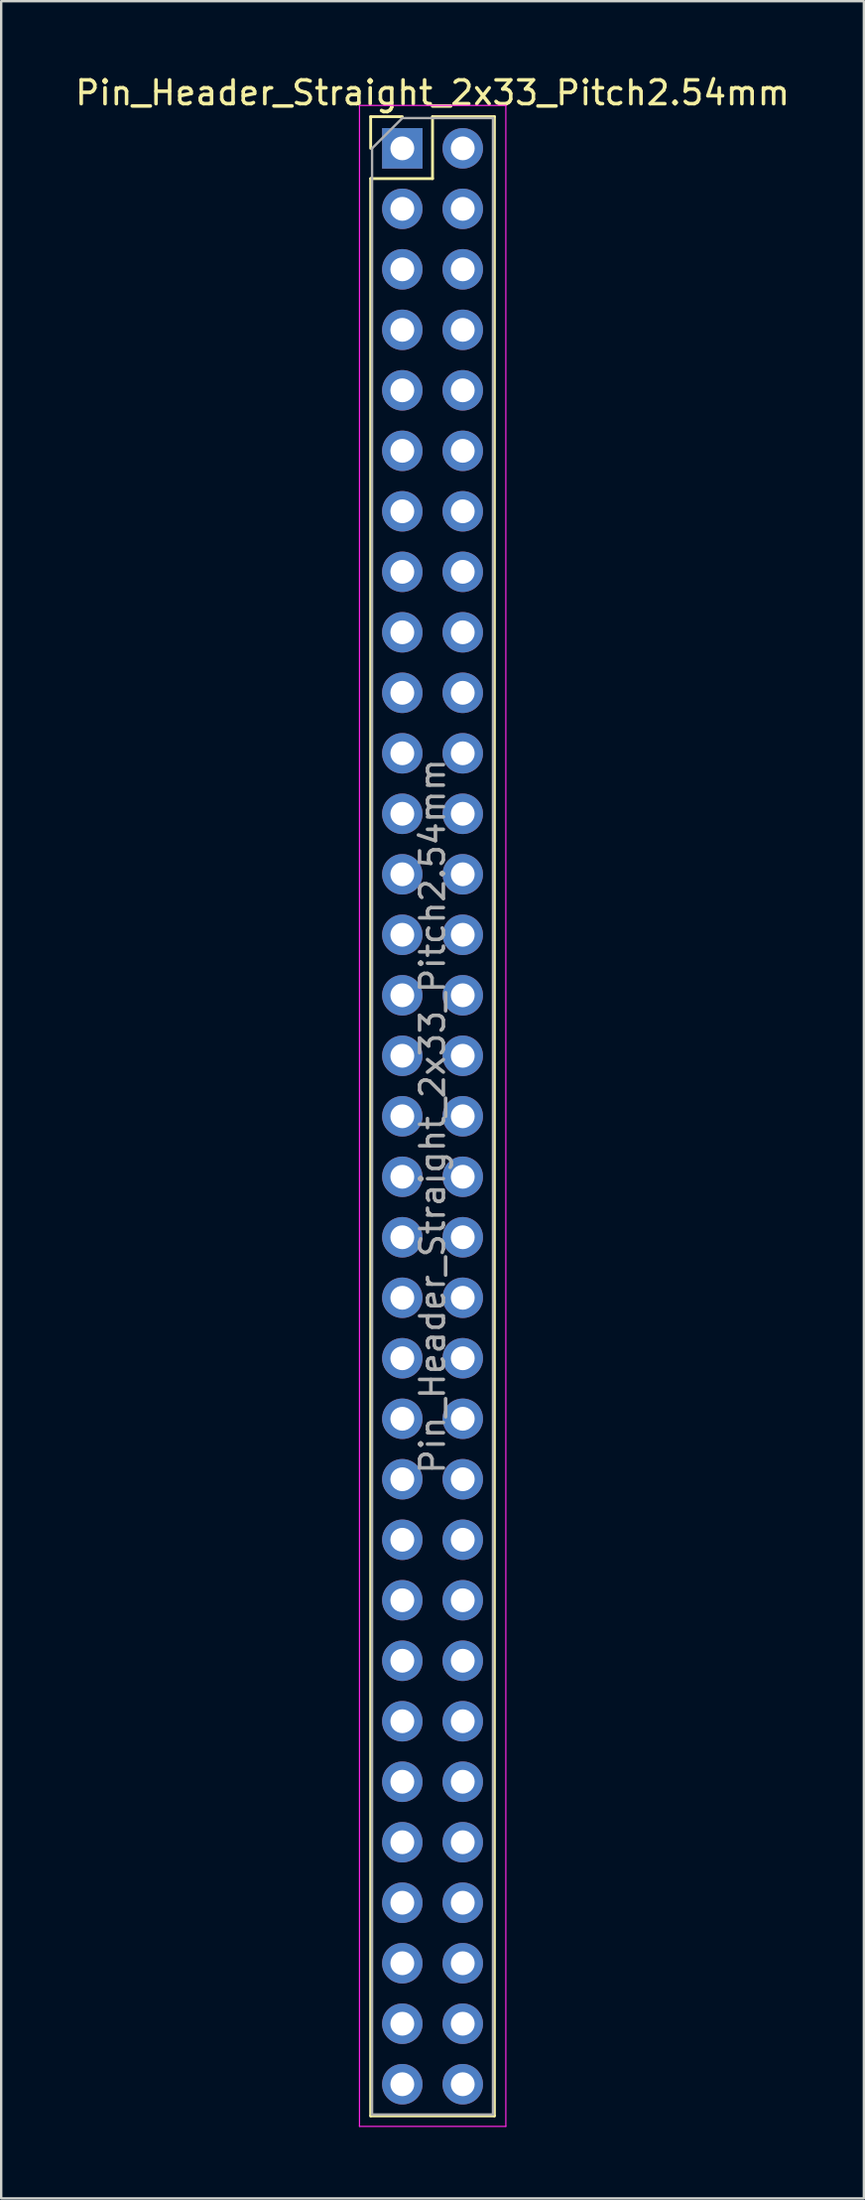
<source format=kicad_pcb>
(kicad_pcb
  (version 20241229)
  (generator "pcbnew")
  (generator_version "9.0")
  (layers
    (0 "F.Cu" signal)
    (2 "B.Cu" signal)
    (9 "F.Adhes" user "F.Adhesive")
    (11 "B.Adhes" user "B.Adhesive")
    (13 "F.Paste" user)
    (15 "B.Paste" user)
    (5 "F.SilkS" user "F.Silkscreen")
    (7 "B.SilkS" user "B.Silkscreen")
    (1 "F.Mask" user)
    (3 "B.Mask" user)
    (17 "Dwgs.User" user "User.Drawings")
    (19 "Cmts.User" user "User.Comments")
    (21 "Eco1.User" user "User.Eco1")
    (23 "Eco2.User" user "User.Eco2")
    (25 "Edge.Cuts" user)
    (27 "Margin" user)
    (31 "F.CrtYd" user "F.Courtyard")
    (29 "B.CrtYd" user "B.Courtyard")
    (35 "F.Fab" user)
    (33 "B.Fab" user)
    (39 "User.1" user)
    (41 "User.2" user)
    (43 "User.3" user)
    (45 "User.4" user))
  (footprint "Pin_Header_Straight_2x33_Pitch2.54mm"
    (layer "F.Cu")
    (at 13.855 3.178)
    (property "Reference" "Pin_Header_Straight_2x33_Pitch2.54mm" (at 1.27 -2.33 0) (layer "F.SilkS") (effects (font (size 1 1) (thickness 0.15))))
    (attr through_hole)
    (fp_line (start -1.33 -1.33) (end 0 -1.33) (stroke (width 0.12) (type solid)) (layer "F.SilkS"))
    (fp_line (start -1.33 0) (end -1.33 -1.33) (stroke (width 0.12) (type solid)) (layer "F.SilkS"))
    (fp_line (start -1.33 1.27) (end -1.33 82.61) (stroke (width 0.12) (type solid)) (layer "F.SilkS"))
    (fp_line (start -1.33 1.27) (end 1.27 1.27) (stroke (width 0.12) (type solid)) (layer "F.SilkS"))
    (fp_line (start -1.33 82.61) (end 3.87 82.61) (stroke (width 0.12) (type solid)) (layer "F.SilkS"))
    (fp_line (start 1.27 -1.33) (end 3.87 -1.33) (stroke (width 0.12) (type solid)) (layer "F.SilkS"))
    (fp_line (start 1.27 1.27) (end 1.27 -1.33) (stroke (width 0.12) (type solid)) (layer "F.SilkS"))
    (fp_line (start 3.87 -1.33) (end 3.87 82.61) (stroke (width 0.12) (type solid)) (layer "F.SilkS"))
    (fp_line (start -1.8 -1.8) (end -1.8 83.05) (stroke (width 0.05) (type solid)) (layer "F.CrtYd"))
    (fp_line (start -1.8 83.05) (end 4.35 83.05) (stroke (width 0.05) (type solid)) (layer "F.CrtYd"))
    (fp_line (start 4.35 -1.8) (end -1.8 -1.8) (stroke (width 0.05) (type solid)) (layer "F.CrtYd"))
    (fp_line (start 4.35 83.05) (end 4.35 -1.8) (stroke (width 0.05) (type solid)) (layer "F.CrtYd"))
    (fp_line (start -1.27 0) (end 0 -1.27) (stroke (width 0.1) (type solid)) (layer "F.Fab"))
    (fp_line (start -1.27 82.55) (end -1.27 0) (stroke (width 0.1) (type solid)) (layer "F.Fab"))
    (fp_line (start 0 -1.27) (end 3.81 -1.27) (stroke (width 0.1) (type solid)) (layer "F.Fab"))
    (fp_line (start 3.81 -1.27) (end 3.81 82.55) (stroke (width 0.1) (type solid)) (layer "F.Fab"))
    (fp_line (start 3.81 82.55) (end -1.27 82.55) (stroke (width 0.1) (type solid)) (layer "F.Fab"))
    (fp_text user "${REFERENCE}" (at 1.27 40.64 90) (layer "F.Fab") (effects (font (size 1 1) (thickness 0.15))))
    (pad "1" thru_hole rect (at 0 0) (size 1.7 1.7) (drill 1) (layers "*.Cu" "*.Mask"))
    (pad "2" thru_hole oval (at 2.54 0) (size 1.7 1.7) (drill 1) (layers "*.Cu" "*.Mask"))
    (pad "3" thru_hole oval (at 0 2.54) (size 1.7 1.7) (drill 1) (layers "*.Cu" "*.Mask"))
    (pad "4" thru_hole oval (at 2.54 2.54) (size 1.7 1.7) (drill 1) (layers "*.Cu" "*.Mask"))
    (pad "5" thru_hole oval (at 0 5.08) (size 1.7 1.7) (drill 1) (layers "*.Cu" "*.Mask"))
    (pad "6" thru_hole oval (at 2.54 5.08) (size 1.7 1.7) (drill 1) (layers "*.Cu" "*.Mask"))
    (pad "7" thru_hole oval (at 0 7.62) (size 1.7 1.7) (drill 1) (layers "*.Cu" "*.Mask"))
    (pad "8" thru_hole oval (at 2.54 7.62) (size 1.7 1.7) (drill 1) (layers "*.Cu" "*.Mask"))
    (pad "9" thru_hole oval (at 0 10.16) (size 1.7 1.7) (drill 1) (layers "*.Cu" "*.Mask"))
    (pad "10" thru_hole oval (at 2.54 10.16) (size 1.7 1.7) (drill 1) (layers "*.Cu" "*.Mask"))
    (pad "11" thru_hole oval (at 0 12.7) (size 1.7 1.7) (drill 1) (layers "*.Cu" "*.Mask"))
    (pad "12" thru_hole oval (at 2.54 12.7) (size 1.7 1.7) (drill 1) (layers "*.Cu" "*.Mask"))
    (pad "13" thru_hole oval (at 0 15.24) (size 1.7 1.7) (drill 1) (layers "*.Cu" "*.Mask"))
    (pad "14" thru_hole oval (at 2.54 15.24) (size 1.7 1.7) (drill 1) (layers "*.Cu" "*.Mask"))
    (pad "15" thru_hole oval (at 0 17.78) (size 1.7 1.7) (drill 1) (layers "*.Cu" "*.Mask"))
    (pad "16" thru_hole oval (at 2.54 17.78) (size 1.7 1.7) (drill 1) (layers "*.Cu" "*.Mask"))
    (pad "17" thru_hole oval (at 0 20.32) (size 1.7 1.7) (drill 1) (layers "*.Cu" "*.Mask"))
    (pad "18" thru_hole oval (at 2.54 20.32) (size 1.7 1.7) (drill 1) (layers "*.Cu" "*.Mask"))
    (pad "19" thru_hole oval (at 0 22.86) (size 1.7 1.7) (drill 1) (layers "*.Cu" "*.Mask"))
    (pad "20" thru_hole oval (at 2.54 22.86) (size 1.7 1.7) (drill 1) (layers "*.Cu" "*.Mask"))
    (pad "21" thru_hole oval (at 0 25.4) (size 1.7 1.7) (drill 1) (layers "*.Cu" "*.Mask"))
    (pad "22" thru_hole oval (at 2.54 25.4) (size 1.7 1.7) (drill 1) (layers "*.Cu" "*.Mask"))
    (pad "23" thru_hole oval (at 0 27.94) (size 1.7 1.7) (drill 1) (layers "*.Cu" "*.Mask"))
    (pad "24" thru_hole oval (at 2.54 27.94) (size 1.7 1.7) (drill 1) (layers "*.Cu" "*.Mask"))
    (pad "25" thru_hole oval (at 0 30.48) (size 1.7 1.7) (drill 1) (layers "*.Cu" "*.Mask"))
    (pad "26" thru_hole oval (at 2.54 30.48) (size 1.7 1.7) (drill 1) (layers "*.Cu" "*.Mask"))
    (pad "27" thru_hole oval (at 0 33.02) (size 1.7 1.7) (drill 1) (layers "*.Cu" "*.Mask"))
    (pad "28" thru_hole oval (at 2.54 33.02) (size 1.7 1.7) (drill 1) (layers "*.Cu" "*.Mask"))
    (pad "29" thru_hole oval (at 0 35.56) (size 1.7 1.7) (drill 1) (layers "*.Cu" "*.Mask"))
    (pad "30" thru_hole oval (at 2.54 35.56) (size 1.7 1.7) (drill 1) (layers "*.Cu" "*.Mask"))
    (pad "31" thru_hole oval (at 0 38.1) (size 1.7 1.7) (drill 1) (layers "*.Cu" "*.Mask"))
    (pad "32" thru_hole oval (at 2.54 38.1) (size 1.7 1.7) (drill 1) (layers "*.Cu" "*.Mask"))
    (pad "33" thru_hole oval (at 0 40.64) (size 1.7 1.7) (drill 1) (layers "*.Cu" "*.Mask"))
    (pad "34" thru_hole oval (at 2.54 40.64) (size 1.7 1.7) (drill 1) (layers "*.Cu" "*.Mask"))
    (pad "35" thru_hole oval (at 0 43.18) (size 1.7 1.7) (drill 1) (layers "*.Cu" "*.Mask"))
    (pad "36" thru_hole oval (at 2.54 43.18) (size 1.7 1.7) (drill 1) (layers "*.Cu" "*.Mask"))
    (pad "37" thru_hole oval (at 0 45.72) (size 1.7 1.7) (drill 1) (layers "*.Cu" "*.Mask"))
    (pad "38" thru_hole oval (at 2.54 45.72) (size 1.7 1.7) (drill 1) (layers "*.Cu" "*.Mask"))
    (pad "39" thru_hole oval (at 0 48.26) (size 1.7 1.7) (drill 1) (layers "*.Cu" "*.Mask"))
    (pad "40" thru_hole oval (at 2.54 48.26) (size 1.7 1.7) (drill 1) (layers "*.Cu" "*.Mask"))
    (pad "41" thru_hole oval (at 0 50.8) (size 1.7 1.7) (drill 1) (layers "*.Cu" "*.Mask"))
    (pad "42" thru_hole oval (at 2.54 50.8) (size 1.7 1.7) (drill 1) (layers "*.Cu" "*.Mask"))
    (pad "43" thru_hole oval (at 0 53.34) (size 1.7 1.7) (drill 1) (layers "*.Cu" "*.Mask"))
    (pad "44" thru_hole oval (at 2.54 53.34) (size 1.7 1.7) (drill 1) (layers "*.Cu" "*.Mask"))
    (pad "45" thru_hole oval (at 0 55.88) (size 1.7 1.7) (drill 1) (layers "*.Cu" "*.Mask"))
    (pad "46" thru_hole oval (at 2.54 55.88) (size 1.7 1.7) (drill 1) (layers "*.Cu" "*.Mask"))
    (pad "47" thru_hole oval (at 0 58.42) (size 1.7 1.7) (drill 1) (layers "*.Cu" "*.Mask"))
    (pad "48" thru_hole oval (at 2.54 58.42) (size 1.7 1.7) (drill 1) (layers "*.Cu" "*.Mask"))
    (pad "49" thru_hole oval (at 0 60.96) (size 1.7 1.7) (drill 1) (layers "*.Cu" "*.Mask"))
    (pad "50" thru_hole oval (at 2.54 60.96) (size 1.7 1.7) (drill 1) (layers "*.Cu" "*.Mask"))
    (pad "51" thru_hole oval (at 0 63.5) (size 1.7 1.7) (drill 1) (layers "*.Cu" "*.Mask"))
    (pad "52" thru_hole oval (at 2.54 63.5) (size 1.7 1.7) (drill 1) (layers "*.Cu" "*.Mask"))
    (pad "53" thru_hole oval (at 0 66.04) (size 1.7 1.7) (drill 1) (layers "*.Cu" "*.Mask"))
    (pad "54" thru_hole oval (at 2.54 66.04) (size 1.7 1.7) (drill 1) (layers "*.Cu" "*.Mask"))
    (pad "55" thru_hole oval (at 0 68.58) (size 1.7 1.7) (drill 1) (layers "*.Cu" "*.Mask"))
    (pad "56" thru_hole oval (at 2.54 68.58) (size 1.7 1.7) (drill 1) (layers "*.Cu" "*.Mask"))
    (pad "57" thru_hole oval (at 0 71.12) (size 1.7 1.7) (drill 1) (layers "*.Cu" "*.Mask"))
    (pad "58" thru_hole oval (at 2.54 71.12) (size 1.7 1.7) (drill 1) (layers "*.Cu" "*.Mask"))
    (pad "59" thru_hole oval (at 0 73.66) (size 1.7 1.7) (drill 1) (layers "*.Cu" "*.Mask"))
    (pad "60" thru_hole oval (at 2.54 73.66) (size 1.7 1.7) (drill 1) (layers "*.Cu" "*.Mask"))
    (pad "61" thru_hole oval (at 0 76.2) (size 1.7 1.7) (drill 1) (layers "*.Cu" "*.Mask"))
    (pad "62" thru_hole oval (at 2.54 76.2) (size 1.7 1.7) (drill 1) (layers "*.Cu" "*.Mask"))
    (pad "63" thru_hole oval (at 0 78.74) (size 1.7 1.7) (drill 1) (layers "*.Cu" "*.Mask"))
    (pad "64" thru_hole oval (at 2.54 78.74) (size 1.7 1.7) (drill 1) (layers "*.Cu" "*.Mask"))
    (pad "65" thru_hole oval (at 0 81.28) (size 1.7 1.7) (drill 1) (layers "*.Cu" "*.Mask"))
    (pad "66" thru_hole oval (at 2.54 81.28) (size 1.7 1.7) (drill 1) (layers "*.Cu" "*.Mask")))
  (gr_rect
    (start -3 -3)
    (end 33.25 89.253)
    (stroke (width 0.1) (type default))
    (fill no)
    (layer "Edge.Cuts")))
</source>
